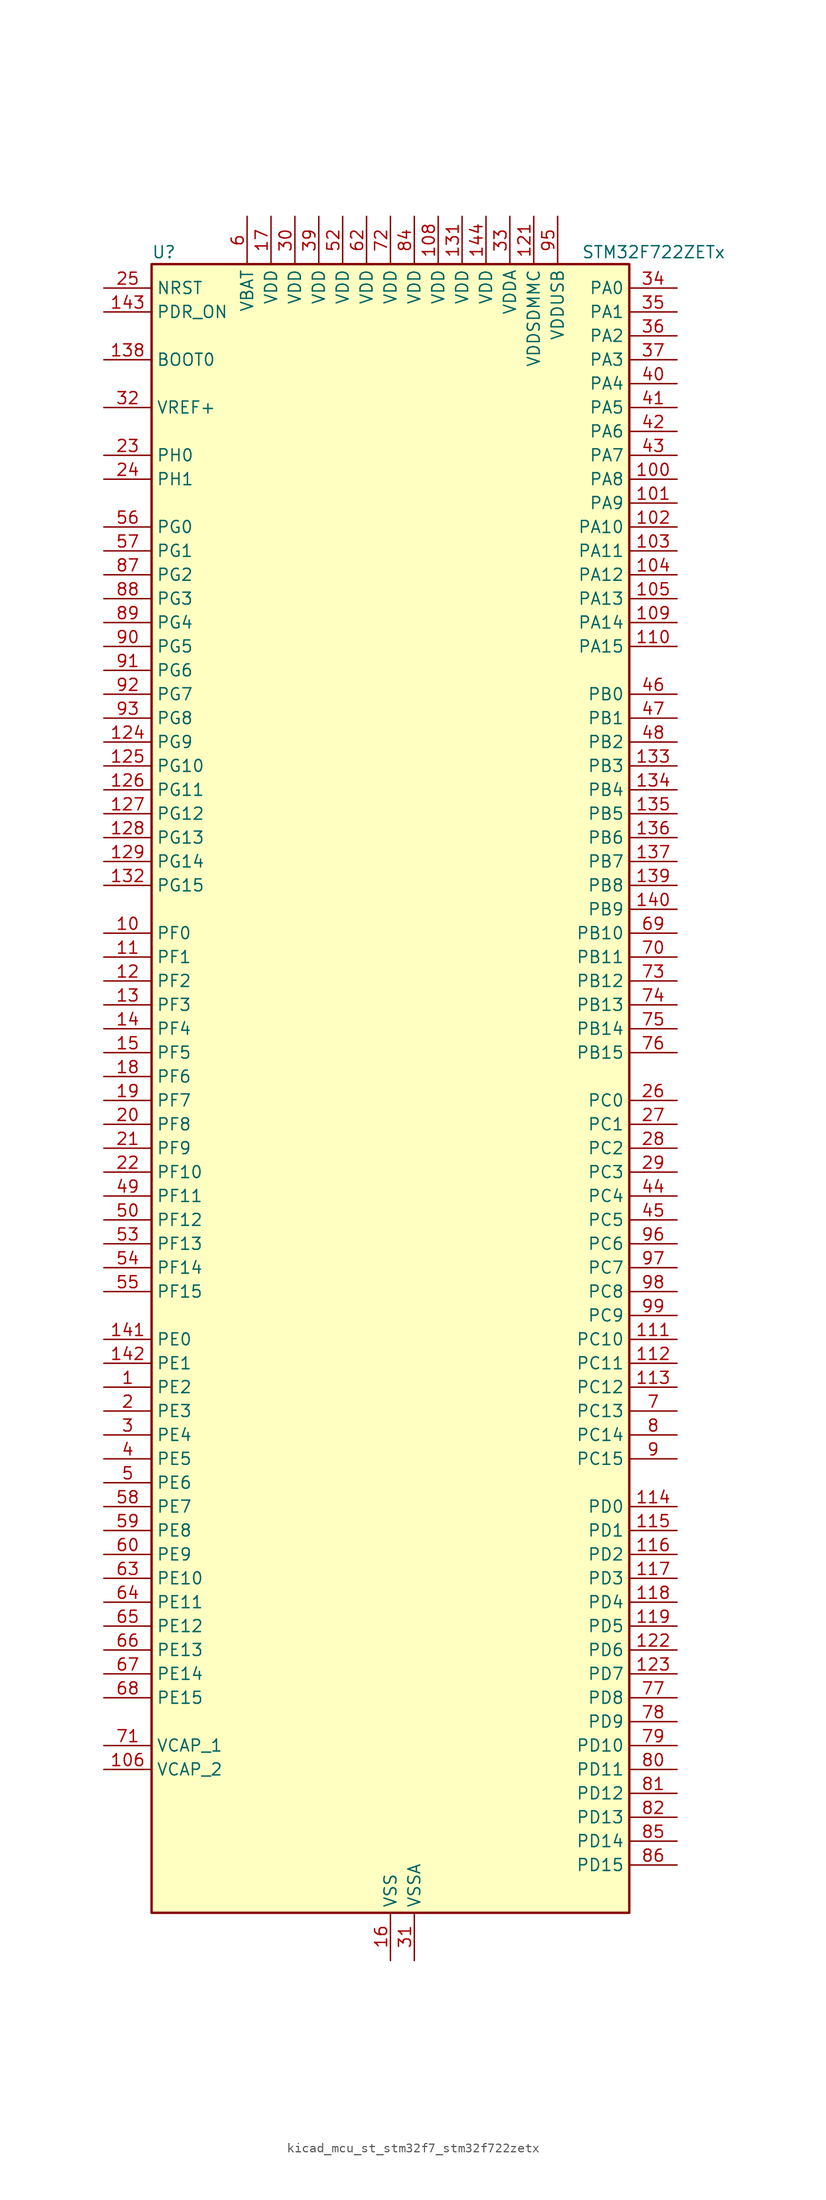
<source format=kicad_sym>
(kicad_symbol_lib
  (version 20220914)
  (generator kicad_symbol_editor)
  (symbol "kicad_mcu_st_stm32f7_stm32f722zetx"
    (property "Reference" "U"
      (at -25.4 90.17 0)
      (effects (font (size 1.27 1.27)) (justify left)))
    (property "Value" "STM32F722ZETx"
      (at 20.32 90.17 0)
      (effects (font (size 1.27 1.27)) (justify left)))
    (property "ki_locked" ""
      (at 0 0 0)
      (effects (font (size 1.27 1.27))))
    (symbol "kicad_mcu_st_stm32f7_stm32f722zetx_0_1"
      (rectangle (start -25.4 -86.36) (end 25.4 88.9) (stroke (width 0.254) (type default)) (fill (type background))))
    (symbol "kicad_mcu_st_stm32f7_stm32f722zetx_1_1"
      (pin bidirectional line (at -30.48 -30.48 0) (length 5.08) (name "PE2" (effects (font (size 1.27 1.27)))) (number "1" (effects (font (size 1.27 1.27)))) (alternate "FMC_A23" bidirectional line) (alternate "QUADSPI_BK1_IO2" bidirectional line) (alternate "SAI1_MCLK_A" bidirectional line) (alternate "SPI4_SCK" bidirectional line) (alternate "SYS_TRACECLK" bidirectional line))
      (pin bidirectional line (at -30.48 17.78 0) (length 5.08) (name "PF0" (effects (font (size 1.27 1.27)))) (number "10" (effects (font (size 1.27 1.27)))) (alternate "FMC_A0" bidirectional line) (alternate "I2C2_SDA" bidirectional line))
      (pin bidirectional line (at 30.48 66.04 180) (length 5.08) (name "PA8" (effects (font (size 1.27 1.27)))) (number "100" (effects (font (size 1.27 1.27)))) (alternate "I2C3_SCL" bidirectional line) (alternate "RCC_MCO_1" bidirectional line) (alternate "TIM1_CH1" bidirectional line) (alternate "TIM8_BKIN2" bidirectional line) (alternate "USART1_CK" bidirectional line) (alternate "USB_OTG_FS_SOF" bidirectional line))
      (pin bidirectional line (at 30.48 63.5 180) (length 5.08) (name "PA9" (effects (font (size 1.27 1.27)))) (number "101" (effects (font (size 1.27 1.27)))) (alternate "DAC_EXTI9" bidirectional line) (alternate "I2C3_SMBA" bidirectional line) (alternate "I2S2_CK" bidirectional line) (alternate "SPI2_SCK" bidirectional line) (alternate "TIM1_CH2" bidirectional line) (alternate "USART1_TX" bidirectional line) (alternate "USB_OTG_FS_VBUS" bidirectional line))
      (pin bidirectional line (at 30.48 60.96 180) (length 5.08) (name "PA10" (effects (font (size 1.27 1.27)))) (number "102" (effects (font (size 1.27 1.27)))) (alternate "TIM1_CH3" bidirectional line) (alternate "USART1_RX" bidirectional line) (alternate "USB_OTG_FS_ID" bidirectional line))
      (pin bidirectional line (at 30.48 58.42 180) (length 5.08) (name "PA11" (effects (font (size 1.27 1.27)))) (number "103" (effects (font (size 1.27 1.27)))) (alternate "ADC1_EXTI11" bidirectional line) (alternate "ADC2_EXTI11" bidirectional line) (alternate "ADC3_EXTI11" bidirectional line) (alternate "CAN1_RX" bidirectional line) (alternate "TIM1_CH4" bidirectional line) (alternate "USART1_CTS" bidirectional line) (alternate "USB_OTG_FS_DM" bidirectional line))
      (pin bidirectional line (at 30.48 55.88 180) (length 5.08) (name "PA12" (effects (font (size 1.27 1.27)))) (number "104" (effects (font (size 1.27 1.27)))) (alternate "CAN1_TX" bidirectional line) (alternate "SAI2_FS_B" bidirectional line) (alternate "TIM1_ETR" bidirectional line) (alternate "USART1_DE" bidirectional line) (alternate "USART1_RTS" bidirectional line) (alternate "USB_OTG_FS_DP" bidirectional line))
      (pin bidirectional line (at 30.48 53.34 180) (length 5.08) (name "PA13" (effects (font (size 1.27 1.27)))) (number "105" (effects (font (size 1.27 1.27)))) (alternate "SYS_JTMS-SWDIO" bidirectional line))
      (pin power_out line (at -30.48 -71.12 0) (length 5.08) (name "VCAP_2" (effects (font (size 1.27 1.27)))) (number "106" (effects (font (size 1.27 1.27)))))
      (pin passive line (at 0 -91.44 90) (length 5.08) hide (name "VSS" (effects (font (size 1.27 1.27)))) (number "107" (effects (font (size 1.27 1.27)))))
      (pin power_in line (at 5.08 93.98 270) (length 5.08) (name "VDD" (effects (font (size 1.27 1.27)))) (number "108" (effects (font (size 1.27 1.27)))))
      (pin bidirectional line (at 30.48 50.8 180) (length 5.08) (name "PA14" (effects (font (size 1.27 1.27)))) (number "109" (effects (font (size 1.27 1.27)))) (alternate "SYS_JTCK-SWCLK" bidirectional line))
      (pin bidirectional line (at -30.48 15.24 0) (length 5.08) (name "PF1" (effects (font (size 1.27 1.27)))) (number "11" (effects (font (size 1.27 1.27)))) (alternate "FMC_A1" bidirectional line) (alternate "I2C2_SCL" bidirectional line))
      (pin bidirectional line (at 30.48 48.26 180) (length 5.08) (name "PA15" (effects (font (size 1.27 1.27)))) (number "110" (effects (font (size 1.27 1.27)))) (alternate "I2S1_WS" bidirectional line) (alternate "I2S3_WS" bidirectional line) (alternate "SPI1_NSS" bidirectional line) (alternate "SPI3_NSS" bidirectional line) (alternate "SYS_JTDI" bidirectional line) (alternate "TIM2_CH1" bidirectional line) (alternate "TIM2_ETR" bidirectional line) (alternate "UART4_DE" bidirectional line) (alternate "UART4_RTS" bidirectional line))
      (pin bidirectional line (at 30.48 -25.4 180) (length 5.08) (name "PC10" (effects (font (size 1.27 1.27)))) (number "111" (effects (font (size 1.27 1.27)))) (alternate "I2S3_CK" bidirectional line) (alternate "QUADSPI_BK1_IO1" bidirectional line) (alternate "SDMMC1_D2" bidirectional line) (alternate "SPI3_SCK" bidirectional line) (alternate "UART4_TX" bidirectional line) (alternate "USART3_TX" bidirectional line))
      (pin bidirectional line (at 30.48 -27.94 180) (length 5.08) (name "PC11" (effects (font (size 1.27 1.27)))) (number "112" (effects (font (size 1.27 1.27)))) (alternate "ADC1_EXTI11" bidirectional line) (alternate "ADC2_EXTI11" bidirectional line) (alternate "ADC3_EXTI11" bidirectional line) (alternate "QUADSPI_BK2_NCS" bidirectional line) (alternate "SDMMC1_D3" bidirectional line) (alternate "SPI3_MISO" bidirectional line) (alternate "UART4_RX" bidirectional line) (alternate "USART3_RX" bidirectional line))
      (pin bidirectional line (at 30.48 -30.48 180) (length 5.08) (name "PC12" (effects (font (size 1.27 1.27)))) (number "113" (effects (font (size 1.27 1.27)))) (alternate "I2S3_SD" bidirectional line) (alternate "SDMMC1_CK" bidirectional line) (alternate "SPI3_MOSI" bidirectional line) (alternate "SYS_TRACED3" bidirectional line) (alternate "UART5_TX" bidirectional line) (alternate "USART3_CK" bidirectional line))
      (pin bidirectional line (at 30.48 -43.18 180) (length 5.08) (name "PD0" (effects (font (size 1.27 1.27)))) (number "114" (effects (font (size 1.27 1.27)))) (alternate "CAN1_RX" bidirectional line) (alternate "FMC_D2" bidirectional line) (alternate "FMC_DA2" bidirectional line))
      (pin bidirectional line (at 30.48 -45.72 180) (length 5.08) (name "PD1" (effects (font (size 1.27 1.27)))) (number "115" (effects (font (size 1.27 1.27)))) (alternate "CAN1_TX" bidirectional line) (alternate "FMC_D3" bidirectional line) (alternate "FMC_DA3" bidirectional line))
      (pin bidirectional line (at 30.48 -48.26 180) (length 5.08) (name "PD2" (effects (font (size 1.27 1.27)))) (number "116" (effects (font (size 1.27 1.27)))) (alternate "SDMMC1_CMD" bidirectional line) (alternate "SYS_TRACED2" bidirectional line) (alternate "TIM3_ETR" bidirectional line) (alternate "UART5_RX" bidirectional line))
      (pin bidirectional line (at 30.48 -50.8 180) (length 5.08) (name "PD3" (effects (font (size 1.27 1.27)))) (number "117" (effects (font (size 1.27 1.27)))) (alternate "FMC_CLK" bidirectional line) (alternate "I2S2_CK" bidirectional line) (alternate "SPI2_SCK" bidirectional line) (alternate "USART2_CTS" bidirectional line))
      (pin bidirectional line (at 30.48 -53.34 180) (length 5.08) (name "PD4" (effects (font (size 1.27 1.27)))) (number "118" (effects (font (size 1.27 1.27)))) (alternate "FMC_NOE" bidirectional line) (alternate "USART2_DE" bidirectional line) (alternate "USART2_RTS" bidirectional line))
      (pin bidirectional line (at 30.48 -55.88 180) (length 5.08) (name "PD5" (effects (font (size 1.27 1.27)))) (number "119" (effects (font (size 1.27 1.27)))) (alternate "FMC_NWE" bidirectional line) (alternate "USART2_TX" bidirectional line))
      (pin bidirectional line (at -30.48 12.7 0) (length 5.08) (name "PF2" (effects (font (size 1.27 1.27)))) (number "12" (effects (font (size 1.27 1.27)))) (alternate "FMC_A2" bidirectional line) (alternate "I2C2_SMBA" bidirectional line))
      (pin passive line (at 0 -91.44 90) (length 5.08) hide (name "VSS" (effects (font (size 1.27 1.27)))) (number "120" (effects (font (size 1.27 1.27)))))
      (pin power_in line (at 15.24 93.98 270) (length 5.08) (name "VDDSDMMC" (effects (font (size 1.27 1.27)))) (number "121" (effects (font (size 1.27 1.27)))))
      (pin bidirectional line (at 30.48 -58.42 180) (length 5.08) (name "PD6" (effects (font (size 1.27 1.27)))) (number "122" (effects (font (size 1.27 1.27)))) (alternate "FMC_NWAIT" bidirectional line) (alternate "I2S3_SD" bidirectional line) (alternate "SAI1_SD_A" bidirectional line) (alternate "SDMMC2_CK" bidirectional line) (alternate "SPI3_MOSI" bidirectional line) (alternate "USART2_RX" bidirectional line))
      (pin bidirectional line (at 30.48 -60.96 180) (length 5.08) (name "PD7" (effects (font (size 1.27 1.27)))) (number "123" (effects (font (size 1.27 1.27)))) (alternate "FMC_NE1" bidirectional line) (alternate "SDMMC2_CMD" bidirectional line) (alternate "USART2_CK" bidirectional line))
      (pin bidirectional line (at -30.48 38.1 0) (length 5.08) (name "PG9" (effects (font (size 1.27 1.27)))) (number "124" (effects (font (size 1.27 1.27)))) (alternate "DAC_EXTI9" bidirectional line) (alternate "FMC_NCE" bidirectional line) (alternate "FMC_NE2" bidirectional line) (alternate "QUADSPI_BK2_IO2" bidirectional line) (alternate "SAI2_FS_B" bidirectional line) (alternate "SDMMC2_D0" bidirectional line) (alternate "USART6_RX" bidirectional line))
      (pin bidirectional line (at -30.48 35.56 0) (length 5.08) (name "PG10" (effects (font (size 1.27 1.27)))) (number "125" (effects (font (size 1.27 1.27)))) (alternate "FMC_NE3" bidirectional line) (alternate "SAI2_SD_B" bidirectional line) (alternate "SDMMC2_D1" bidirectional line))
      (pin bidirectional line (at -30.48 33.02 0) (length 5.08) (name "PG11" (effects (font (size 1.27 1.27)))) (number "126" (effects (font (size 1.27 1.27)))) (alternate "ADC1_EXTI11" bidirectional line) (alternate "ADC2_EXTI11" bidirectional line) (alternate "ADC3_EXTI11" bidirectional line) (alternate "FMC_INT" bidirectional line) (alternate "SDMMC2_D2" bidirectional line))
      (pin bidirectional line (at -30.48 30.48 0) (length 5.08) (name "PG12" (effects (font (size 1.27 1.27)))) (number "127" (effects (font (size 1.27 1.27)))) (alternate "FMC_NE4" bidirectional line) (alternate "LPTIM1_IN1" bidirectional line) (alternate "SDMMC2_D3" bidirectional line) (alternate "USART6_DE" bidirectional line) (alternate "USART6_RTS" bidirectional line))
      (pin bidirectional line (at -30.48 27.94 0) (length 5.08) (name "PG13" (effects (font (size 1.27 1.27)))) (number "128" (effects (font (size 1.27 1.27)))) (alternate "FMC_A24" bidirectional line) (alternate "LPTIM1_OUT" bidirectional line) (alternate "SYS_TRACED0" bidirectional line) (alternate "USART6_CTS" bidirectional line))
      (pin bidirectional line (at -30.48 25.4 0) (length 5.08) (name "PG14" (effects (font (size 1.27 1.27)))) (number "129" (effects (font (size 1.27 1.27)))) (alternate "FMC_A25" bidirectional line) (alternate "LPTIM1_ETR" bidirectional line) (alternate "QUADSPI_BK2_IO3" bidirectional line) (alternate "SYS_TRACED1" bidirectional line) (alternate "USART6_TX" bidirectional line))
      (pin bidirectional line (at -30.48 10.16 0) (length 5.08) (name "PF3" (effects (font (size 1.27 1.27)))) (number "13" (effects (font (size 1.27 1.27)))) (alternate "ADC3_IN9" bidirectional line) (alternate "FMC_A3" bidirectional line))
      (pin passive line (at 0 -91.44 90) (length 5.08) hide (name "VSS" (effects (font (size 1.27 1.27)))) (number "130" (effects (font (size 1.27 1.27)))))
      (pin power_in line (at 7.62 93.98 270) (length 5.08) (name "VDD" (effects (font (size 1.27 1.27)))) (number "131" (effects (font (size 1.27 1.27)))))
      (pin bidirectional line (at -30.48 22.86 0) (length 5.08) (name "PG15" (effects (font (size 1.27 1.27)))) (number "132" (effects (font (size 1.27 1.27)))) (alternate "FMC_SDNCAS" bidirectional line) (alternate "USART6_CTS" bidirectional line))
      (pin bidirectional line (at 30.48 35.56 180) (length 5.08) (name "PB3" (effects (font (size 1.27 1.27)))) (number "133" (effects (font (size 1.27 1.27)))) (alternate "I2S1_CK" bidirectional line) (alternate "I2S3_CK" bidirectional line) (alternate "SDMMC2_D2" bidirectional line) (alternate "SPI1_SCK" bidirectional line) (alternate "SPI3_SCK" bidirectional line) (alternate "SYS_JTDO-SWO" bidirectional line) (alternate "TIM2_CH2" bidirectional line))
      (pin bidirectional line (at 30.48 33.02 180) (length 5.08) (name "PB4" (effects (font (size 1.27 1.27)))) (number "134" (effects (font (size 1.27 1.27)))) (alternate "I2S2_WS" bidirectional line) (alternate "SDMMC2_D3" bidirectional line) (alternate "SPI1_MISO" bidirectional line) (alternate "SPI2_NSS" bidirectional line) (alternate "SPI3_MISO" bidirectional line) (alternate "SYS_JTRST" bidirectional line) (alternate "TIM3_CH1" bidirectional line))
      (pin bidirectional line (at 30.48 30.48 180) (length 5.08) (name "PB5" (effects (font (size 1.27 1.27)))) (number "135" (effects (font (size 1.27 1.27)))) (alternate "FMC_SDCKE1" bidirectional line) (alternate "I2C1_SMBA" bidirectional line) (alternate "I2S1_SD" bidirectional line) (alternate "I2S3_SD" bidirectional line) (alternate "SPI1_MOSI" bidirectional line) (alternate "SPI3_MOSI" bidirectional line) (alternate "TIM3_CH2" bidirectional line) (alternate "USB_OTG_HS_ULPI_D7" bidirectional line))
      (pin bidirectional line (at 30.48 27.94 180) (length 5.08) (name "PB6" (effects (font (size 1.27 1.27)))) (number "136" (effects (font (size 1.27 1.27)))) (alternate "FMC_SDNE1" bidirectional line) (alternate "I2C1_SCL" bidirectional line) (alternate "QUADSPI_BK1_NCS" bidirectional line) (alternate "TIM4_CH1" bidirectional line) (alternate "USART1_TX" bidirectional line))
      (pin bidirectional line (at 30.48 25.4 180) (length 5.08) (name "PB7" (effects (font (size 1.27 1.27)))) (number "137" (effects (font (size 1.27 1.27)))) (alternate "FMC_NL" bidirectional line) (alternate "I2C1_SDA" bidirectional line) (alternate "TIM4_CH2" bidirectional line) (alternate "USART1_RX" bidirectional line))
      (pin input line (at -30.48 78.74 0) (length 5.08) (name "BOOT0" (effects (font (size 1.27 1.27)))) (number "138" (effects (font (size 1.27 1.27)))))
      (pin bidirectional line (at 30.48 22.86 180) (length 5.08) (name "PB8" (effects (font (size 1.27 1.27)))) (number "139" (effects (font (size 1.27 1.27)))) (alternate "CAN1_RX" bidirectional line) (alternate "I2C1_SCL" bidirectional line) (alternate "SDMMC1_D4" bidirectional line) (alternate "SDMMC2_D4" bidirectional line) (alternate "TIM10_CH1" bidirectional line) (alternate "TIM4_CH3" bidirectional line))
      (pin bidirectional line (at -30.48 7.62 0) (length 5.08) (name "PF4" (effects (font (size 1.27 1.27)))) (number "14" (effects (font (size 1.27 1.27)))) (alternate "ADC3_IN14" bidirectional line) (alternate "FMC_A4" bidirectional line))
      (pin bidirectional line (at 30.48 20.32 180) (length 5.08) (name "PB9" (effects (font (size 1.27 1.27)))) (number "140" (effects (font (size 1.27 1.27)))) (alternate "CAN1_TX" bidirectional line) (alternate "DAC_EXTI9" bidirectional line) (alternate "I2C1_SDA" bidirectional line) (alternate "I2S2_WS" bidirectional line) (alternate "SDMMC1_D5" bidirectional line) (alternate "SDMMC2_D5" bidirectional line) (alternate "SPI2_NSS" bidirectional line) (alternate "TIM11_CH1" bidirectional line) (alternate "TIM4_CH4" bidirectional line))
      (pin bidirectional line (at -30.48 -25.4 0) (length 5.08) (name "PE0" (effects (font (size 1.27 1.27)))) (number "141" (effects (font (size 1.27 1.27)))) (alternate "FMC_NBL0" bidirectional line) (alternate "LPTIM1_ETR" bidirectional line) (alternate "SAI2_MCLK_A" bidirectional line) (alternate "TIM4_ETR" bidirectional line) (alternate "UART8_RX" bidirectional line))
      (pin bidirectional line (at -30.48 -27.94 0) (length 5.08) (name "PE1" (effects (font (size 1.27 1.27)))) (number "142" (effects (font (size 1.27 1.27)))) (alternate "FMC_NBL1" bidirectional line) (alternate "LPTIM1_IN2" bidirectional line) (alternate "UART8_TX" bidirectional line))
      (pin input line (at -30.48 83.82 0) (length 5.08) (name "PDR_ON" (effects (font (size 1.27 1.27)))) (number "143" (effects (font (size 1.27 1.27)))))
      (pin power_in line (at 10.16 93.98 270) (length 5.08) (name "VDD" (effects (font (size 1.27 1.27)))) (number "144" (effects (font (size 1.27 1.27)))))
      (pin bidirectional line (at -30.48 5.08 0) (length 5.08) (name "PF5" (effects (font (size 1.27 1.27)))) (number "15" (effects (font (size 1.27 1.27)))) (alternate "ADC3_IN15" bidirectional line) (alternate "FMC_A5" bidirectional line))
      (pin power_in line (at 0 -91.44 90) (length 5.08) (name "VSS" (effects (font (size 1.27 1.27)))) (number "16" (effects (font (size 1.27 1.27)))))
      (pin power_in line (at -12.7 93.98 270) (length 5.08) (name "VDD" (effects (font (size 1.27 1.27)))) (number "17" (effects (font (size 1.27 1.27)))))
      (pin bidirectional line (at -30.48 2.54 0) (length 5.08) (name "PF6" (effects (font (size 1.27 1.27)))) (number "18" (effects (font (size 1.27 1.27)))) (alternate "ADC3_IN4" bidirectional line) (alternate "QUADSPI_BK1_IO3" bidirectional line) (alternate "SAI1_SD_B" bidirectional line) (alternate "SPI5_NSS" bidirectional line) (alternate "TIM10_CH1" bidirectional line) (alternate "UART7_RX" bidirectional line))
      (pin bidirectional line (at -30.48 0 0) (length 5.08) (name "PF7" (effects (font (size 1.27 1.27)))) (number "19" (effects (font (size 1.27 1.27)))) (alternate "ADC3_IN5" bidirectional line) (alternate "QUADSPI_BK1_IO2" bidirectional line) (alternate "SAI1_MCLK_B" bidirectional line) (alternate "SPI5_SCK" bidirectional line) (alternate "TIM11_CH1" bidirectional line) (alternate "UART7_TX" bidirectional line))
      (pin bidirectional line (at -30.48 -33.02 0) (length 5.08) (name "PE3" (effects (font (size 1.27 1.27)))) (number "2" (effects (font (size 1.27 1.27)))) (alternate "FMC_A19" bidirectional line) (alternate "SAI1_SD_B" bidirectional line) (alternate "SYS_TRACED0" bidirectional line))
      (pin bidirectional line (at -30.48 -2.54 0) (length 5.08) (name "PF8" (effects (font (size 1.27 1.27)))) (number "20" (effects (font (size 1.27 1.27)))) (alternate "ADC3_IN6" bidirectional line) (alternate "QUADSPI_BK1_IO0" bidirectional line) (alternate "SAI1_SCK_B" bidirectional line) (alternate "SPI5_MISO" bidirectional line) (alternate "TIM13_CH1" bidirectional line) (alternate "UART7_DE" bidirectional line) (alternate "UART7_RTS" bidirectional line))
      (pin bidirectional line (at -30.48 -5.08 0) (length 5.08) (name "PF9" (effects (font (size 1.27 1.27)))) (number "21" (effects (font (size 1.27 1.27)))) (alternate "ADC3_IN7" bidirectional line) (alternate "DAC_EXTI9" bidirectional line) (alternate "QUADSPI_BK1_IO1" bidirectional line) (alternate "SAI1_FS_B" bidirectional line) (alternate "SPI5_MOSI" bidirectional line) (alternate "TIM14_CH1" bidirectional line) (alternate "UART7_CTS" bidirectional line))
      (pin bidirectional line (at -30.48 -7.62 0) (length 5.08) (name "PF10" (effects (font (size 1.27 1.27)))) (number "22" (effects (font (size 1.27 1.27)))) (alternate "ADC3_IN8" bidirectional line))
      (pin bidirectional line (at -30.48 68.58 0) (length 5.08) (name "PH0" (effects (font (size 1.27 1.27)))) (number "23" (effects (font (size 1.27 1.27)))) (alternate "RCC_OSC_IN" bidirectional line))
      (pin bidirectional line (at -30.48 66.04 0) (length 5.08) (name "PH1" (effects (font (size 1.27 1.27)))) (number "24" (effects (font (size 1.27 1.27)))) (alternate "RCC_OSC_OUT" bidirectional line))
      (pin input line (at -30.48 86.36 0) (length 5.08) (name "NRST" (effects (font (size 1.27 1.27)))) (number "25" (effects (font (size 1.27 1.27)))))
      (pin bidirectional line (at 30.48 0 180) (length 5.08) (name "PC0" (effects (font (size 1.27 1.27)))) (number "26" (effects (font (size 1.27 1.27)))) (alternate "ADC1_IN10" bidirectional line) (alternate "ADC2_IN10" bidirectional line) (alternate "ADC3_IN10" bidirectional line) (alternate "FMC_SDNWE" bidirectional line) (alternate "SAI2_FS_B" bidirectional line) (alternate "USB_OTG_HS_ULPI_STP" bidirectional line))
      (pin bidirectional line (at 30.48 -2.54 180) (length 5.08) (name "PC1" (effects (font (size 1.27 1.27)))) (number "27" (effects (font (size 1.27 1.27)))) (alternate "ADC1_IN11" bidirectional line) (alternate "ADC2_IN11" bidirectional line) (alternate "ADC3_IN11" bidirectional line) (alternate "I2S2_SD" bidirectional line) (alternate "RTC_TAMP3" bidirectional line) (alternate "RTC_TS" bidirectional line) (alternate "SAI1_SD_A" bidirectional line) (alternate "SPI2_MOSI" bidirectional line) (alternate "SYS_TRACED0" bidirectional line) (alternate "SYS_WKUP3" bidirectional line))
      (pin bidirectional line (at 30.48 -5.08 180) (length 5.08) (name "PC2" (effects (font (size 1.27 1.27)))) (number "28" (effects (font (size 1.27 1.27)))) (alternate "ADC1_IN12" bidirectional line) (alternate "ADC2_IN12" bidirectional line) (alternate "ADC3_IN12" bidirectional line) (alternate "FMC_SDNE0" bidirectional line) (alternate "SPI2_MISO" bidirectional line) (alternate "USB_OTG_HS_ULPI_DIR" bidirectional line))
      (pin bidirectional line (at 30.48 -7.62 180) (length 5.08) (name "PC3" (effects (font (size 1.27 1.27)))) (number "29" (effects (font (size 1.27 1.27)))) (alternate "ADC1_IN13" bidirectional line) (alternate "ADC2_IN13" bidirectional line) (alternate "ADC3_IN13" bidirectional line) (alternate "FMC_SDCKE0" bidirectional line) (alternate "I2S2_SD" bidirectional line) (alternate "SPI2_MOSI" bidirectional line) (alternate "USB_OTG_HS_ULPI_NXT" bidirectional line))
      (pin bidirectional line (at -30.48 -35.56 0) (length 5.08) (name "PE4" (effects (font (size 1.27 1.27)))) (number "3" (effects (font (size 1.27 1.27)))) (alternate "FMC_A20" bidirectional line) (alternate "SAI1_FS_A" bidirectional line) (alternate "SPI4_NSS" bidirectional line) (alternate "SYS_TRACED1" bidirectional line))
      (pin power_in line (at -10.16 93.98 270) (length 5.08) (name "VDD" (effects (font (size 1.27 1.27)))) (number "30" (effects (font (size 1.27 1.27)))))
      (pin power_in line (at 2.54 -91.44 90) (length 5.08) (name "VSSA" (effects (font (size 1.27 1.27)))) (number "31" (effects (font (size 1.27 1.27)))))
      (pin input line (at -30.48 73.66 0) (length 5.08) (name "VREF+" (effects (font (size 1.27 1.27)))) (number "32" (effects (font (size 1.27 1.27)))))
      (pin power_in line (at 12.7 93.98 270) (length 5.08) (name "VDDA" (effects (font (size 1.27 1.27)))) (number "33" (effects (font (size 1.27 1.27)))))
      (pin bidirectional line (at 30.48 86.36 180) (length 5.08) (name "PA0" (effects (font (size 1.27 1.27)))) (number "34" (effects (font (size 1.27 1.27)))) (alternate "ADC1_IN0" bidirectional line) (alternate "ADC2_IN0" bidirectional line) (alternate "ADC3_IN0" bidirectional line) (alternate "SAI2_SD_B" bidirectional line) (alternate "SYS_WKUP1" bidirectional line) (alternate "TIM2_CH1" bidirectional line) (alternate "TIM2_ETR" bidirectional line) (alternate "TIM5_CH1" bidirectional line) (alternate "TIM8_ETR" bidirectional line) (alternate "UART4_TX" bidirectional line) (alternate "USART2_CTS" bidirectional line))
      (pin bidirectional line (at 30.48 83.82 180) (length 5.08) (name "PA1" (effects (font (size 1.27 1.27)))) (number "35" (effects (font (size 1.27 1.27)))) (alternate "ADC1_IN1" bidirectional line) (alternate "ADC2_IN1" bidirectional line) (alternate "ADC3_IN1" bidirectional line) (alternate "QUADSPI_BK1_IO3" bidirectional line) (alternate "SAI2_MCLK_B" bidirectional line) (alternate "TIM2_CH2" bidirectional line) (alternate "TIM5_CH2" bidirectional line) (alternate "UART4_RX" bidirectional line) (alternate "USART2_DE" bidirectional line) (alternate "USART2_RTS" bidirectional line))
      (pin bidirectional line (at 30.48 81.28 180) (length 5.08) (name "PA2" (effects (font (size 1.27 1.27)))) (number "36" (effects (font (size 1.27 1.27)))) (alternate "ADC1_IN2" bidirectional line) (alternate "ADC2_IN2" bidirectional line) (alternate "ADC3_IN2" bidirectional line) (alternate "SAI2_SCK_B" bidirectional line) (alternate "SYS_WKUP2" bidirectional line) (alternate "TIM2_CH3" bidirectional line) (alternate "TIM5_CH3" bidirectional line) (alternate "TIM9_CH1" bidirectional line) (alternate "USART2_TX" bidirectional line))
      (pin bidirectional line (at 30.48 78.74 180) (length 5.08) (name "PA3" (effects (font (size 1.27 1.27)))) (number "37" (effects (font (size 1.27 1.27)))) (alternate "ADC1_IN3" bidirectional line) (alternate "ADC2_IN3" bidirectional line) (alternate "ADC3_IN3" bidirectional line) (alternate "TIM2_CH4" bidirectional line) (alternate "TIM5_CH4" bidirectional line) (alternate "TIM9_CH2" bidirectional line) (alternate "USART2_RX" bidirectional line) (alternate "USB_OTG_HS_ULPI_D0" bidirectional line))
      (pin passive line (at 0 -91.44 90) (length 5.08) hide (name "VSS" (effects (font (size 1.27 1.27)))) (number "38" (effects (font (size 1.27 1.27)))))
      (pin power_in line (at -7.62 93.98 270) (length 5.08) (name "VDD" (effects (font (size 1.27 1.27)))) (number "39" (effects (font (size 1.27 1.27)))))
      (pin bidirectional line (at -30.48 -38.1 0) (length 5.08) (name "PE5" (effects (font (size 1.27 1.27)))) (number "4" (effects (font (size 1.27 1.27)))) (alternate "FMC_A21" bidirectional line) (alternate "SAI1_SCK_A" bidirectional line) (alternate "SPI4_MISO" bidirectional line) (alternate "SYS_TRACED2" bidirectional line) (alternate "TIM9_CH1" bidirectional line))
      (pin bidirectional line (at 30.48 76.2 180) (length 5.08) (name "PA4" (effects (font (size 1.27 1.27)))) (number "40" (effects (font (size 1.27 1.27)))) (alternate "ADC1_IN4" bidirectional line) (alternate "ADC2_IN4" bidirectional line) (alternate "DAC_OUT1" bidirectional line) (alternate "I2S1_WS" bidirectional line) (alternate "I2S3_WS" bidirectional line) (alternate "SPI1_NSS" bidirectional line) (alternate "SPI3_NSS" bidirectional line) (alternate "USART2_CK" bidirectional line) (alternate "USB_OTG_HS_SOF" bidirectional line))
      (pin bidirectional line (at 30.48 73.66 180) (length 5.08) (name "PA5" (effects (font (size 1.27 1.27)))) (number "41" (effects (font (size 1.27 1.27)))) (alternate "ADC1_IN5" bidirectional line) (alternate "ADC2_IN5" bidirectional line) (alternate "DAC_OUT2" bidirectional line) (alternate "I2S1_CK" bidirectional line) (alternate "SPI1_SCK" bidirectional line) (alternate "TIM2_CH1" bidirectional line) (alternate "TIM2_ETR" bidirectional line) (alternate "TIM8_CH1N" bidirectional line) (alternate "USB_OTG_HS_ULPI_CK" bidirectional line))
      (pin bidirectional line (at 30.48 71.12 180) (length 5.08) (name "PA6" (effects (font (size 1.27 1.27)))) (number "42" (effects (font (size 1.27 1.27)))) (alternate "ADC1_IN6" bidirectional line) (alternate "ADC2_IN6" bidirectional line) (alternate "SPI1_MISO" bidirectional line) (alternate "TIM13_CH1" bidirectional line) (alternate "TIM1_BKIN" bidirectional line) (alternate "TIM3_CH1" bidirectional line) (alternate "TIM8_BKIN" bidirectional line))
      (pin bidirectional line (at 30.48 68.58 180) (length 5.08) (name "PA7" (effects (font (size 1.27 1.27)))) (number "43" (effects (font (size 1.27 1.27)))) (alternate "ADC1_IN7" bidirectional line) (alternate "ADC2_IN7" bidirectional line) (alternate "FMC_SDNWE" bidirectional line) (alternate "I2S1_SD" bidirectional line) (alternate "SPI1_MOSI" bidirectional line) (alternate "TIM14_CH1" bidirectional line) (alternate "TIM1_CH1N" bidirectional line) (alternate "TIM3_CH2" bidirectional line) (alternate "TIM8_CH1N" bidirectional line))
      (pin bidirectional line (at 30.48 -10.16 180) (length 5.08) (name "PC4" (effects (font (size 1.27 1.27)))) (number "44" (effects (font (size 1.27 1.27)))) (alternate "ADC1_IN14" bidirectional line) (alternate "ADC2_IN14" bidirectional line) (alternate "FMC_SDNE0" bidirectional line) (alternate "I2S1_MCK" bidirectional line))
      (pin bidirectional line (at 30.48 -12.7 180) (length 5.08) (name "PC5" (effects (font (size 1.27 1.27)))) (number "45" (effects (font (size 1.27 1.27)))) (alternate "ADC1_IN15" bidirectional line) (alternate "ADC2_IN15" bidirectional line) (alternate "FMC_SDCKE0" bidirectional line))
      (pin bidirectional line (at 30.48 43.18 180) (length 5.08) (name "PB0" (effects (font (size 1.27 1.27)))) (number "46" (effects (font (size 1.27 1.27)))) (alternate "ADC1_IN8" bidirectional line) (alternate "ADC2_IN8" bidirectional line) (alternate "TIM1_CH2N" bidirectional line) (alternate "TIM3_CH3" bidirectional line) (alternate "TIM8_CH2N" bidirectional line) (alternate "UART4_CTS" bidirectional line) (alternate "USB_OTG_HS_ULPI_D1" bidirectional line))
      (pin bidirectional line (at 30.48 40.64 180) (length 5.08) (name "PB1" (effects (font (size 1.27 1.27)))) (number "47" (effects (font (size 1.27 1.27)))) (alternate "ADC1_IN9" bidirectional line) (alternate "ADC2_IN9" bidirectional line) (alternate "TIM1_CH3N" bidirectional line) (alternate "TIM3_CH4" bidirectional line) (alternate "TIM8_CH3N" bidirectional line) (alternate "USB_OTG_HS_ULPI_D2" bidirectional line))
      (pin bidirectional line (at 30.48 38.1 180) (length 5.08) (name "PB2" (effects (font (size 1.27 1.27)))) (number "48" (effects (font (size 1.27 1.27)))) (alternate "I2S3_SD" bidirectional line) (alternate "QUADSPI_CLK" bidirectional line) (alternate "SAI1_SD_A" bidirectional line) (alternate "SPI3_MOSI" bidirectional line))
      (pin bidirectional line (at -30.48 -10.16 0) (length 5.08) (name "PF11" (effects (font (size 1.27 1.27)))) (number "49" (effects (font (size 1.27 1.27)))) (alternate "ADC1_EXTI11" bidirectional line) (alternate "ADC2_EXTI11" bidirectional line) (alternate "ADC3_EXTI11" bidirectional line) (alternate "FMC_SDNRAS" bidirectional line) (alternate "SAI2_SD_B" bidirectional line) (alternate "SPI5_MOSI" bidirectional line))
      (pin bidirectional line (at -30.48 -40.64 0) (length 5.08) (name "PE6" (effects (font (size 1.27 1.27)))) (number "5" (effects (font (size 1.27 1.27)))) (alternate "FMC_A22" bidirectional line) (alternate "SAI1_SD_A" bidirectional line) (alternate "SAI2_MCLK_B" bidirectional line) (alternate "SPI4_MOSI" bidirectional line) (alternate "SYS_TRACED3" bidirectional line) (alternate "TIM1_BKIN2" bidirectional line) (alternate "TIM9_CH2" bidirectional line))
      (pin bidirectional line (at -30.48 -12.7 0) (length 5.08) (name "PF12" (effects (font (size 1.27 1.27)))) (number "50" (effects (font (size 1.27 1.27)))) (alternate "FMC_A6" bidirectional line))
      (pin passive line (at 0 -91.44 90) (length 5.08) hide (name "VSS" (effects (font (size 1.27 1.27)))) (number "51" (effects (font (size 1.27 1.27)))))
      (pin power_in line (at -5.08 93.98 270) (length 5.08) (name "VDD" (effects (font (size 1.27 1.27)))) (number "52" (effects (font (size 1.27 1.27)))))
      (pin bidirectional line (at -30.48 -15.24 0) (length 5.08) (name "PF13" (effects (font (size 1.27 1.27)))) (number "53" (effects (font (size 1.27 1.27)))) (alternate "FMC_A7" bidirectional line))
      (pin bidirectional line (at -30.48 -17.78 0) (length 5.08) (name "PF14" (effects (font (size 1.27 1.27)))) (number "54" (effects (font (size 1.27 1.27)))) (alternate "FMC_A8" bidirectional line))
      (pin bidirectional line (at -30.48 -20.32 0) (length 5.08) (name "PF15" (effects (font (size 1.27 1.27)))) (number "55" (effects (font (size 1.27 1.27)))) (alternate "FMC_A9" bidirectional line))
      (pin bidirectional line (at -30.48 60.96 0) (length 5.08) (name "PG0" (effects (font (size 1.27 1.27)))) (number "56" (effects (font (size 1.27 1.27)))) (alternate "FMC_A10" bidirectional line))
      (pin bidirectional line (at -30.48 58.42 0) (length 5.08) (name "PG1" (effects (font (size 1.27 1.27)))) (number "57" (effects (font (size 1.27 1.27)))) (alternate "FMC_A11" bidirectional line))
      (pin bidirectional line (at -30.48 -43.18 0) (length 5.08) (name "PE7" (effects (font (size 1.27 1.27)))) (number "58" (effects (font (size 1.27 1.27)))) (alternate "FMC_D4" bidirectional line) (alternate "FMC_DA4" bidirectional line) (alternate "QUADSPI_BK2_IO0" bidirectional line) (alternate "TIM1_ETR" bidirectional line) (alternate "UART7_RX" bidirectional line))
      (pin bidirectional line (at -30.48 -45.72 0) (length 5.08) (name "PE8" (effects (font (size 1.27 1.27)))) (number "59" (effects (font (size 1.27 1.27)))) (alternate "FMC_D5" bidirectional line) (alternate "FMC_DA5" bidirectional line) (alternate "QUADSPI_BK2_IO1" bidirectional line) (alternate "TIM1_CH1N" bidirectional line) (alternate "UART7_TX" bidirectional line))
      (pin power_in line (at -15.24 93.98 270) (length 5.08) (name "VBAT" (effects (font (size 1.27 1.27)))) (number "6" (effects (font (size 1.27 1.27)))))
      (pin bidirectional line (at -30.48 -48.26 0) (length 5.08) (name "PE9" (effects (font (size 1.27 1.27)))) (number "60" (effects (font (size 1.27 1.27)))) (alternate "DAC_EXTI9" bidirectional line) (alternate "FMC_D6" bidirectional line) (alternate "FMC_DA6" bidirectional line) (alternate "QUADSPI_BK2_IO2" bidirectional line) (alternate "TIM1_CH1" bidirectional line) (alternate "UART7_DE" bidirectional line) (alternate "UART7_RTS" bidirectional line))
      (pin passive line (at 0 -91.44 90) (length 5.08) hide (name "VSS" (effects (font (size 1.27 1.27)))) (number "61" (effects (font (size 1.27 1.27)))))
      (pin power_in line (at -2.54 93.98 270) (length 5.08) (name "VDD" (effects (font (size 1.27 1.27)))) (number "62" (effects (font (size 1.27 1.27)))))
      (pin bidirectional line (at -30.48 -50.8 0) (length 5.08) (name "PE10" (effects (font (size 1.27 1.27)))) (number "63" (effects (font (size 1.27 1.27)))) (alternate "FMC_D7" bidirectional line) (alternate "FMC_DA7" bidirectional line) (alternate "QUADSPI_BK2_IO3" bidirectional line) (alternate "TIM1_CH2N" bidirectional line) (alternate "UART7_CTS" bidirectional line))
      (pin bidirectional line (at -30.48 -53.34 0) (length 5.08) (name "PE11" (effects (font (size 1.27 1.27)))) (number "64" (effects (font (size 1.27 1.27)))) (alternate "ADC1_EXTI11" bidirectional line) (alternate "ADC2_EXTI11" bidirectional line) (alternate "ADC3_EXTI11" bidirectional line) (alternate "FMC_D8" bidirectional line) (alternate "FMC_DA8" bidirectional line) (alternate "SAI2_SD_B" bidirectional line) (alternate "SPI4_NSS" bidirectional line) (alternate "TIM1_CH2" bidirectional line))
      (pin bidirectional line (at -30.48 -55.88 0) (length 5.08) (name "PE12" (effects (font (size 1.27 1.27)))) (number "65" (effects (font (size 1.27 1.27)))) (alternate "FMC_D9" bidirectional line) (alternate "FMC_DA9" bidirectional line) (alternate "SAI2_SCK_B" bidirectional line) (alternate "SPI4_SCK" bidirectional line) (alternate "TIM1_CH3N" bidirectional line))
      (pin bidirectional line (at -30.48 -58.42 0) (length 5.08) (name "PE13" (effects (font (size 1.27 1.27)))) (number "66" (effects (font (size 1.27 1.27)))) (alternate "FMC_D10" bidirectional line) (alternate "FMC_DA10" bidirectional line) (alternate "SAI2_FS_B" bidirectional line) (alternate "SPI4_MISO" bidirectional line) (alternate "TIM1_CH3" bidirectional line))
      (pin bidirectional line (at -30.48 -60.96 0) (length 5.08) (name "PE14" (effects (font (size 1.27 1.27)))) (number "67" (effects (font (size 1.27 1.27)))) (alternate "FMC_D11" bidirectional line) (alternate "FMC_DA11" bidirectional line) (alternate "SAI2_MCLK_B" bidirectional line) (alternate "SPI4_MOSI" bidirectional line) (alternate "TIM1_CH4" bidirectional line))
      (pin bidirectional line (at -30.48 -63.5 0) (length 5.08) (name "PE15" (effects (font (size 1.27 1.27)))) (number "68" (effects (font (size 1.27 1.27)))) (alternate "FMC_D12" bidirectional line) (alternate "FMC_DA12" bidirectional line) (alternate "TIM1_BKIN" bidirectional line))
      (pin bidirectional line (at 30.48 17.78 180) (length 5.08) (name "PB10" (effects (font (size 1.27 1.27)))) (number "69" (effects (font (size 1.27 1.27)))) (alternate "I2C2_SCL" bidirectional line) (alternate "I2S2_CK" bidirectional line) (alternate "SPI2_SCK" bidirectional line) (alternate "TIM2_CH3" bidirectional line) (alternate "USART3_TX" bidirectional line) (alternate "USB_OTG_HS_ULPI_D3" bidirectional line))
      (pin bidirectional line (at 30.48 -33.02 180) (length 5.08) (name "PC13" (effects (font (size 1.27 1.27)))) (number "7" (effects (font (size 1.27 1.27)))) (alternate "RTC_OUT" bidirectional line) (alternate "RTC_TAMP1" bidirectional line) (alternate "RTC_TS" bidirectional line) (alternate "SYS_WKUP4" bidirectional line))
      (pin bidirectional line (at 30.48 15.24 180) (length 5.08) (name "PB11" (effects (font (size 1.27 1.27)))) (number "70" (effects (font (size 1.27 1.27)))) (alternate "ADC1_EXTI11" bidirectional line) (alternate "ADC2_EXTI11" bidirectional line) (alternate "ADC3_EXTI11" bidirectional line) (alternate "I2C2_SDA" bidirectional line) (alternate "TIM2_CH4" bidirectional line) (alternate "USART3_RX" bidirectional line) (alternate "USB_OTG_HS_ULPI_D4" bidirectional line))
      (pin power_out line (at -30.48 -68.58 0) (length 5.08) (name "VCAP_1" (effects (font (size 1.27 1.27)))) (number "71" (effects (font (size 1.27 1.27)))))
      (pin power_in line (at 0 93.98 270) (length 5.08) (name "VDD" (effects (font (size 1.27 1.27)))) (number "72" (effects (font (size 1.27 1.27)))))
      (pin bidirectional line (at 30.48 12.7 180) (length 5.08) (name "PB12" (effects (font (size 1.27 1.27)))) (number "73" (effects (font (size 1.27 1.27)))) (alternate "I2C2_SMBA" bidirectional line) (alternate "I2S2_WS" bidirectional line) (alternate "SPI2_NSS" bidirectional line) (alternate "TIM1_BKIN" bidirectional line) (alternate "USART3_CK" bidirectional line) (alternate "USB_OTG_HS_ID" bidirectional line) (alternate "USB_OTG_HS_ULPI_D5" bidirectional line))
      (pin bidirectional line (at 30.48 10.16 180) (length 5.08) (name "PB13" (effects (font (size 1.27 1.27)))) (number "74" (effects (font (size 1.27 1.27)))) (alternate "I2S2_CK" bidirectional line) (alternate "SPI2_SCK" bidirectional line) (alternate "TIM1_CH1N" bidirectional line) (alternate "USART3_CTS" bidirectional line) (alternate "USB_OTG_HS_ULPI_D6" bidirectional line) (alternate "USB_OTG_HS_VBUS" bidirectional line))
      (pin bidirectional line (at 30.48 7.62 180) (length 5.08) (name "PB14" (effects (font (size 1.27 1.27)))) (number "75" (effects (font (size 1.27 1.27)))) (alternate "SDMMC2_D0" bidirectional line) (alternate "SPI2_MISO" bidirectional line) (alternate "TIM12_CH1" bidirectional line) (alternate "TIM1_CH2N" bidirectional line) (alternate "TIM8_CH2N" bidirectional line) (alternate "USART3_DE" bidirectional line) (alternate "USART3_RTS" bidirectional line) (alternate "USB_OTG_HS_DM" bidirectional line))
      (pin bidirectional line (at 30.48 5.08 180) (length 5.08) (name "PB15" (effects (font (size 1.27 1.27)))) (number "76" (effects (font (size 1.27 1.27)))) (alternate "I2S2_SD" bidirectional line) (alternate "RTC_REFIN" bidirectional line) (alternate "SDMMC2_D1" bidirectional line) (alternate "SPI2_MOSI" bidirectional line) (alternate "TIM12_CH2" bidirectional line) (alternate "TIM1_CH3N" bidirectional line) (alternate "TIM8_CH3N" bidirectional line) (alternate "USB_OTG_HS_DP" bidirectional line))
      (pin bidirectional line (at 30.48 -63.5 180) (length 5.08) (name "PD8" (effects (font (size 1.27 1.27)))) (number "77" (effects (font (size 1.27 1.27)))) (alternate "FMC_D13" bidirectional line) (alternate "FMC_DA13" bidirectional line) (alternate "USART3_TX" bidirectional line))
      (pin bidirectional line (at 30.48 -66.04 180) (length 5.08) (name "PD9" (effects (font (size 1.27 1.27)))) (number "78" (effects (font (size 1.27 1.27)))) (alternate "DAC_EXTI9" bidirectional line) (alternate "FMC_D14" bidirectional line) (alternate "FMC_DA14" bidirectional line) (alternate "USART3_RX" bidirectional line))
      (pin bidirectional line (at 30.48 -68.58 180) (length 5.08) (name "PD10" (effects (font (size 1.27 1.27)))) (number "79" (effects (font (size 1.27 1.27)))) (alternate "FMC_D15" bidirectional line) (alternate "FMC_DA15" bidirectional line) (alternate "USART3_CK" bidirectional line))
      (pin bidirectional line (at 30.48 -35.56 180) (length 5.08) (name "PC14" (effects (font (size 1.27 1.27)))) (number "8" (effects (font (size 1.27 1.27)))) (alternate "RCC_OSC32_IN" bidirectional line))
      (pin bidirectional line (at 30.48 -71.12 180) (length 5.08) (name "PD11" (effects (font (size 1.27 1.27)))) (number "80" (effects (font (size 1.27 1.27)))) (alternate "ADC1_EXTI11" bidirectional line) (alternate "ADC2_EXTI11" bidirectional line) (alternate "ADC3_EXTI11" bidirectional line) (alternate "FMC_A16" bidirectional line) (alternate "FMC_CLE" bidirectional line) (alternate "QUADSPI_BK1_IO0" bidirectional line) (alternate "SAI2_SD_A" bidirectional line) (alternate "USART3_CTS" bidirectional line))
      (pin bidirectional line (at 30.48 -73.66 180) (length 5.08) (name "PD12" (effects (font (size 1.27 1.27)))) (number "81" (effects (font (size 1.27 1.27)))) (alternate "FMC_A17" bidirectional line) (alternate "FMC_ALE" bidirectional line) (alternate "LPTIM1_IN1" bidirectional line) (alternate "QUADSPI_BK1_IO1" bidirectional line) (alternate "SAI2_FS_A" bidirectional line) (alternate "TIM4_CH1" bidirectional line) (alternate "USART3_DE" bidirectional line) (alternate "USART3_RTS" bidirectional line))
      (pin bidirectional line (at 30.48 -76.2 180) (length 5.08) (name "PD13" (effects (font (size 1.27 1.27)))) (number "82" (effects (font (size 1.27 1.27)))) (alternate "FMC_A18" bidirectional line) (alternate "LPTIM1_OUT" bidirectional line) (alternate "QUADSPI_BK1_IO3" bidirectional line) (alternate "SAI2_SCK_A" bidirectional line) (alternate "TIM4_CH2" bidirectional line))
      (pin passive line (at 0 -91.44 90) (length 5.08) hide (name "VSS" (effects (font (size 1.27 1.27)))) (number "83" (effects (font (size 1.27 1.27)))))
      (pin power_in line (at 2.54 93.98 270) (length 5.08) (name "VDD" (effects (font (size 1.27 1.27)))) (number "84" (effects (font (size 1.27 1.27)))))
      (pin bidirectional line (at 30.48 -78.74 180) (length 5.08) (name "PD14" (effects (font (size 1.27 1.27)))) (number "85" (effects (font (size 1.27 1.27)))) (alternate "FMC_D0" bidirectional line) (alternate "FMC_DA0" bidirectional line) (alternate "TIM4_CH3" bidirectional line) (alternate "UART8_CTS" bidirectional line))
      (pin bidirectional line (at 30.48 -81.28 180) (length 5.08) (name "PD15" (effects (font (size 1.27 1.27)))) (number "86" (effects (font (size 1.27 1.27)))) (alternate "FMC_D1" bidirectional line) (alternate "FMC_DA1" bidirectional line) (alternate "TIM4_CH4" bidirectional line) (alternate "UART8_DE" bidirectional line) (alternate "UART8_RTS" bidirectional line))
      (pin bidirectional line (at -30.48 55.88 0) (length 5.08) (name "PG2" (effects (font (size 1.27 1.27)))) (number "87" (effects (font (size 1.27 1.27)))) (alternate "FMC_A12" bidirectional line))
      (pin bidirectional line (at -30.48 53.34 0) (length 5.08) (name "PG3" (effects (font (size 1.27 1.27)))) (number "88" (effects (font (size 1.27 1.27)))) (alternate "FMC_A13" bidirectional line))
      (pin bidirectional line (at -30.48 50.8 0) (length 5.08) (name "PG4" (effects (font (size 1.27 1.27)))) (number "89" (effects (font (size 1.27 1.27)))) (alternate "FMC_A14" bidirectional line) (alternate "FMC_BA0" bidirectional line))
      (pin bidirectional line (at 30.48 -38.1 180) (length 5.08) (name "PC15" (effects (font (size 1.27 1.27)))) (number "9" (effects (font (size 1.27 1.27)))) (alternate "RCC_OSC32_OUT" bidirectional line))
      (pin bidirectional line (at -30.48 48.26 0) (length 5.08) (name "PG5" (effects (font (size 1.27 1.27)))) (number "90" (effects (font (size 1.27 1.27)))) (alternate "FMC_A15" bidirectional line) (alternate "FMC_BA1" bidirectional line))
      (pin bidirectional line (at -30.48 45.72 0) (length 5.08) (name "PG6" (effects (font (size 1.27 1.27)))) (number "91" (effects (font (size 1.27 1.27)))))
      (pin bidirectional line (at -30.48 43.18 0) (length 5.08) (name "PG7" (effects (font (size 1.27 1.27)))) (number "92" (effects (font (size 1.27 1.27)))) (alternate "FMC_INT" bidirectional line) (alternate "USART6_CK" bidirectional line))
      (pin bidirectional line (at -30.48 40.64 0) (length 5.08) (name "PG8" (effects (font (size 1.27 1.27)))) (number "93" (effects (font (size 1.27 1.27)))) (alternate "FMC_SDCLK" bidirectional line) (alternate "USART6_DE" bidirectional line) (alternate "USART6_RTS" bidirectional line))
      (pin passive line (at 0 -91.44 90) (length 5.08) hide (name "VSS" (effects (font (size 1.27 1.27)))) (number "94" (effects (font (size 1.27 1.27)))))
      (pin power_in line (at 17.78 93.98 270) (length 5.08) (name "VDDUSB" (effects (font (size 1.27 1.27)))) (number "95" (effects (font (size 1.27 1.27)))))
      (pin bidirectional line (at 30.48 -15.24 180) (length 5.08) (name "PC6" (effects (font (size 1.27 1.27)))) (number "96" (effects (font (size 1.27 1.27)))) (alternate "I2S2_MCK" bidirectional line) (alternate "SDMMC1_D6" bidirectional line) (alternate "SDMMC2_D6" bidirectional line) (alternate "TIM3_CH1" bidirectional line) (alternate "TIM8_CH1" bidirectional line) (alternate "USART6_TX" bidirectional line))
      (pin bidirectional line (at 30.48 -17.78 180) (length 5.08) (name "PC7" (effects (font (size 1.27 1.27)))) (number "97" (effects (font (size 1.27 1.27)))) (alternate "I2S3_MCK" bidirectional line) (alternate "SDMMC1_D7" bidirectional line) (alternate "SDMMC2_D7" bidirectional line) (alternate "TIM3_CH2" bidirectional line) (alternate "TIM8_CH2" bidirectional line) (alternate "USART6_RX" bidirectional line))
      (pin bidirectional line (at 30.48 -20.32 180) (length 5.08) (name "PC8" (effects (font (size 1.27 1.27)))) (number "98" (effects (font (size 1.27 1.27)))) (alternate "SDMMC1_D0" bidirectional line) (alternate "SYS_TRACED1" bidirectional line) (alternate "TIM3_CH3" bidirectional line) (alternate "TIM8_CH3" bidirectional line) (alternate "UART5_DE" bidirectional line) (alternate "UART5_RTS" bidirectional line) (alternate "USART6_CK" bidirectional line))
      (pin bidirectional line (at 30.48 -22.86 180) (length 5.08) (name "PC9" (effects (font (size 1.27 1.27)))) (number "99" (effects (font (size 1.27 1.27)))) (alternate "DAC_EXTI9" bidirectional line) (alternate "I2C3_SDA" bidirectional line) (alternate "I2S_CKIN" bidirectional line) (alternate "QUADSPI_BK1_IO0" bidirectional line) (alternate "RCC_MCO_2" bidirectional line) (alternate "SDMMC1_D1" bidirectional line) (alternate "TIM3_CH4" bidirectional line) (alternate "TIM8_CH4" bidirectional line) (alternate "UART5_CTS" bidirectional line)))))
</source>
